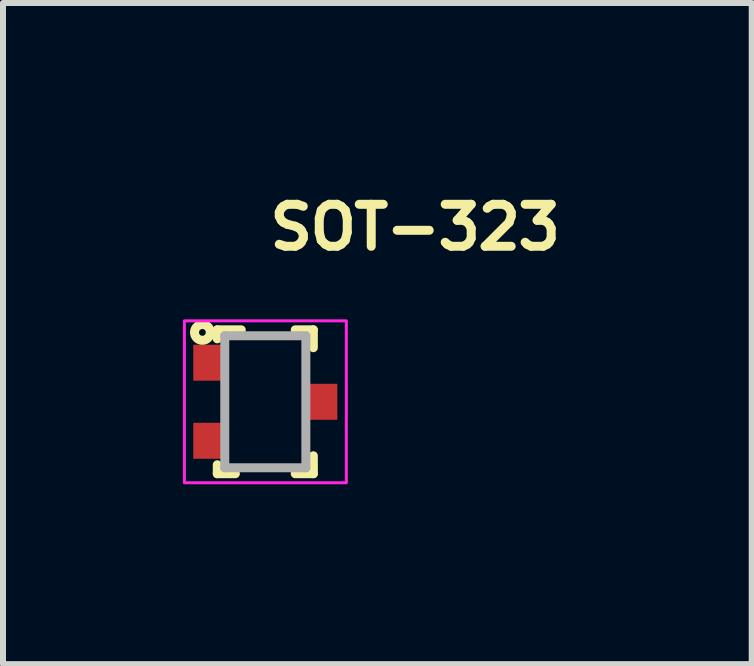
<source format=kicad_pcb>
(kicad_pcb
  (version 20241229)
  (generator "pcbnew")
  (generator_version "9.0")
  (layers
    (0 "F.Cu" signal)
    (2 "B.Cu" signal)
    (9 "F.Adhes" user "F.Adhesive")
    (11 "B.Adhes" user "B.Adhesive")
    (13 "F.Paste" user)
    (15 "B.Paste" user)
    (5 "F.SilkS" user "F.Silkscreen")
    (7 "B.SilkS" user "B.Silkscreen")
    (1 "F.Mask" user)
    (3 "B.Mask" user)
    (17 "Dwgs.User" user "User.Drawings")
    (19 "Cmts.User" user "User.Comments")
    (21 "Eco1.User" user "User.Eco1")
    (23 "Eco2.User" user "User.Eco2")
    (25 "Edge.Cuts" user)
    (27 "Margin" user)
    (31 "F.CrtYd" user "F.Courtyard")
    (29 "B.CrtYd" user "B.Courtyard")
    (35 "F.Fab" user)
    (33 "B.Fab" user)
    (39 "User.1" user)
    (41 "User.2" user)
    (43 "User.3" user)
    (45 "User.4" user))
  (footprint "SOT-323"
    (layer "F.Cu")
    (at 1.375 3.65)
    (property "Reference" "SOT-323" (at 0 -2.5 0) (layer "F.SilkS") (effects (font (size 0.7 0.7) (thickness 0.15)) (justify left bottom)))
    (attr smd)
    (fp_line (start -0.802 -1.2) (end -0.802 -1.05) (stroke (width 0.15) (type solid)) (layer "F.SilkS"))
    (fp_line (start -0.802 1.05) (end -0.802 1.199) (stroke (width 0.15) (type solid)) (layer "F.SilkS"))
    (fp_line (start -0.802 1.199) (end -0.5 1.199) (stroke (width 0.15) (type solid)) (layer "F.SilkS"))
    (fp_line (start -0.402 -1.2) (end -0.802 -1.2) (stroke (width 0.15) (type solid)) (layer "F.SilkS"))
    (fp_line (start 0.498 -1.2) (end 0.8 -1.2) (stroke (width 0.15) (type solid)) (layer "F.SilkS"))
    (fp_line (start 0.498 1.199) (end 0.8 1.199) (stroke (width 0.15) (type solid)) (layer "F.SilkS"))
    (fp_line (start 0.8 -1.2) (end 0.8 -0.902) (stroke (width 0.15) (type solid)) (layer "F.SilkS"))
    (fp_line (start 0.8 1.199) (end 0.8 0.9) (stroke (width 0.15) (type solid)) (layer "F.SilkS"))
    (fp_circle (center -1.05 -1.157) (end -1 -1.13) (stroke (width 0.15) (type solid)) (fill no) (layer "F.SilkS"))
    (fp_rect (start -1.35 -1.35) (end 1.35 1.35) (stroke (width 0.05) (type solid)) (fill no) (layer "F.CrtYd"))
    (fp_line (start -0.677 -1.101) (end -0.677 1.1) (stroke (width 0.15) (type solid)) (layer "F.Fab"))
    (fp_line (start -0.677 -1.101) (end 0.675 -1.101) (stroke (width 0.15) (type solid)) (layer "F.Fab"))
    (fp_line (start -0.677 1.1) (end 0.675 1.1) (stroke (width 0.15) (type solid)) (layer "F.Fab"))
    (fp_line (start 0.675 -1.101) (end 0.675 1.1) (stroke (width 0.15) (type solid)) (layer "F.Fab"))
    (fp_rect (start -1.151 -1.051) (end 1.148 1.05) (stroke (width 0.1) (type solid)) (fill no) (layer "User.5"))
    (fp_rect (start -0.677 -1.101) (end 0.675 1.1) (stroke (width 0.1) (type solid)) (fill no) (layer "User.5"))
    (fp_line (start -1.148 -0.8) (end -1.148 -0.498) (stroke (width 0.02) (type solid)) (layer "User.9"))
    (fp_line (start -1.148 -0.8) (end -0.925 -0.8) (stroke (width 0.02) (type solid)) (layer "User.9"))
    (fp_line (start -1.148 -0.498) (end -0.925 -0.498) (stroke (width 0.02) (type solid)) (layer "User.9"))
    (fp_line (start -1.148 0.5) (end -1.148 0.802) (stroke (width 0.02) (type solid)) (layer "User.9"))
    (fp_line (start -1.148 0.5) (end -0.925 0.5) (stroke (width 0.02) (type solid)) (layer "User.9"))
    (fp_line (start -1.148 0.802) (end -0.925 0.802) (stroke (width 0.02) (type solid)) (layer "User.9"))
    (fp_line (start -0.875 -0.8) (end -0.925 -0.8) (stroke (width 0.02) (type solid)) (layer "User.9"))
    (fp_line (start -0.875 -0.498) (end -0.925 -0.498) (stroke (width 0.02) (type solid)) (layer "User.9"))
    (fp_line (start -0.875 0.5) (end -0.925 0.5) (stroke (width 0.02) (type solid)) (layer "User.9"))
    (fp_line (start -0.875 0.802) (end -0.925 0.802) (stroke (width 0.02) (type solid)) (layer "User.9"))
    (fp_line (start -0.826 -0.8) (end -0.875 -0.8) (stroke (width 0.02) (type solid)) (layer "User.9"))
    (fp_line (start -0.826 -0.8) (end -0.627 -0.8) (stroke (width 0.02) (type solid)) (layer "User.9"))
    (fp_line (start -0.826 -0.498) (end -0.875 -0.498) (stroke (width 0.02) (type solid)) (layer "User.9"))
    (fp_line (start -0.826 -0.498) (end -0.627 -0.498) (stroke (width 0.02) (type solid)) (layer "User.9"))
    (fp_line (start -0.826 0.5) (end -0.875 0.5) (stroke (width 0.02) (type solid)) (layer "User.9"))
    (fp_line (start -0.826 0.5) (end -0.627 0.5) (stroke (width 0.02) (type solid)) (layer "User.9"))
    (fp_line (start -0.826 0.802) (end -0.875 0.802) (stroke (width 0.02) (type solid)) (layer "User.9"))
    (fp_line (start -0.826 0.802) (end -0.627 0.802) (stroke (width 0.02) (type solid)) (layer "User.9"))
    (fp_line (start -0.624 -0.961) (end -0.623 -0.966) (stroke (width 0.02) (type solid)) (layer "User.9"))
    (fp_line (start -0.624 -0.958) (end -0.624 -0.961) (stroke (width 0.02) (type solid)) (layer "User.9"))
    (fp_line (start -0.624 0.96) (end -0.623 0.955) (stroke (width 0.02) (type solid)) (layer "User.9"))
    (fp_line (start -0.624 0.963) (end -0.624 0.96) (stroke (width 0.02) (type solid)) (layer "User.9"))
    (fp_line (start -0.623 -0.97) (end -0.622 -0.975) (stroke (width 0.02) (type solid)) (layer "User.9"))
    (fp_line (start -0.623 -0.966) (end -0.623 -0.97) (stroke (width 0.02) (type solid)) (layer "User.9"))
    (fp_line (start -0.623 -0.953) (end -0.624 -0.958) (stroke (width 0.02) (type solid)) (layer "User.9"))
    (fp_line (start -0.623 -0.953) (end -0.623 -0.8) (stroke (width 0.02) (type solid)) (layer "User.9"))
    (fp_line (start -0.623 -0.498) (end -0.623 0.5) (stroke (width 0.02) (type solid)) (layer "User.9"))
    (fp_line (start -0.623 0.802) (end -0.623 0.955) (stroke (width 0.02) (type solid)) (layer "User.9"))
    (fp_line (start -0.623 0.968) (end -0.624 0.963) (stroke (width 0.02) (type solid)) (layer "User.9"))
    (fp_line (start -0.623 0.972) (end -0.623 0.968) (stroke (width 0.02) (type solid)) (layer "User.9"))
    (fp_line (start -0.622 -0.975) (end -0.62 -0.979) (stroke (width 0.02) (type solid)) (layer "User.9"))
    (fp_line (start -0.622 0.977) (end -0.623 0.972) (stroke (width 0.02) (type solid)) (layer "User.9"))
    (fp_line (start -0.62 -0.979) (end -0.619 -0.984) (stroke (width 0.02) (type solid)) (layer "User.9"))
    (fp_line (start -0.62 0.981) (end -0.622 0.977) (stroke (width 0.02) (type solid)) (layer "User.9"))
    (fp_line (start -0.619 -0.984) (end -0.617 -0.988) (stroke (width 0.02) (type solid)) (layer "User.9"))
    (fp_line (start -0.619 0.986) (end -0.62 0.981) (stroke (width 0.02) (type solid)) (layer "User.9"))
    (fp_line (start -0.617 -0.988) (end -0.615 -0.993) (stroke (width 0.02) (type solid)) (layer "User.9"))
    (fp_line (start -0.617 0.99) (end -0.619 0.986) (stroke (width 0.02) (type solid)) (layer "User.9"))
    (fp_line (start -0.615 -0.993) (end -0.613 -0.997) (stroke (width 0.02) (type solid)) (layer "User.9"))
    (fp_line (start -0.615 0.995) (end -0.617 0.99) (stroke (width 0.02) (type solid)) (layer "User.9"))
    (fp_line (start -0.613 -0.997) (end -0.61 -1.001) (stroke (width 0.02) (type solid)) (layer "User.9"))
    (fp_line (start -0.613 0.999) (end -0.615 0.995) (stroke (width 0.02) (type solid)) (layer "User.9"))
    (fp_line (start -0.61 -1.001) (end -0.608 -1.005) (stroke (width 0.02) (type solid)) (layer "User.9"))
    (fp_line (start -0.61 1.004) (end -0.613 0.999) (stroke (width 0.02) (type solid)) (layer "User.9"))
    (fp_line (start -0.608 -1.005) (end -0.605 -1.009) (stroke (width 0.02) (type solid)) (layer "User.9"))
    (fp_line (start -0.608 1.008) (end -0.61 1.004) (stroke (width 0.02) (type solid)) (layer "User.9"))
    (fp_line (start -0.605 -1.009) (end -0.602 -1.013) (stroke (width 0.02) (type solid)) (layer "User.9"))
    (fp_line (start -0.605 1.012) (end -0.608 1.008) (stroke (width 0.02) (type solid)) (layer "User.9"))
    (fp_line (start -0.602 -1.013) (end -0.599 -1.017) (stroke (width 0.02) (type solid)) (layer "User.9"))
    (fp_line (start -0.602 1.016) (end -0.605 1.012) (stroke (width 0.02) (type solid)) (layer "User.9"))
    (fp_line (start -0.599 -1.017) (end -0.595 -1.021) (stroke (width 0.02) (type solid)) (layer "User.9"))
    (fp_line (start -0.599 1.02) (end -0.602 1.016) (stroke (width 0.02) (type solid)) (layer "User.9"))
    (fp_line (start -0.595 -1.021) (end -0.592 -1.024) (stroke (width 0.02) (type solid)) (layer "User.9"))
    (fp_line (start -0.595 1.022) (end -0.599 1.02) (stroke (width 0.02) (type solid)) (layer "User.9"))
    (fp_line (start -0.592 -1.024) (end -0.588 -1.028) (stroke (width 0.02) (type solid)) (layer "User.9"))
    (fp_line (start -0.592 1.027) (end -0.595 1.022) (stroke (width 0.02) (type solid)) (layer "User.9"))
    (fp_line (start -0.588 -1.028) (end -0.584 -1.03) (stroke (width 0.02) (type solid)) (layer "User.9"))
    (fp_line (start -0.588 1.029) (end -0.592 1.027) (stroke (width 0.02) (type solid)) (layer "User.9"))
    (fp_line (start -0.584 -1.03) (end -0.58 -1.034) (stroke (width 0.02) (type solid)) (layer "User.9"))
    (fp_line (start -0.584 1.033) (end -0.588 1.029) (stroke (width 0.02) (type solid)) (layer "User.9"))
    (fp_line (start -0.583 -0.8) (end -0.627 -0.8) (stroke (width 0.02) (type solid)) (layer "User.9"))
    (fp_line (start -0.583 -0.8) (end -0.583 -0.498) (stroke (width 0.02) (type solid)) (layer "User.9"))
    (fp_line (start -0.583 -0.498) (end -0.627 -0.498) (stroke (width 0.02) (type solid)) (layer "User.9"))
    (fp_line (start -0.583 0.5) (end -0.627 0.5) (stroke (width 0.02) (type solid)) (layer "User.9"))
    (fp_line (start -0.583 0.5) (end -0.583 0.802) (stroke (width 0.02) (type solid)) (layer "User.9"))
    (fp_line (start -0.583 0.802) (end -0.627 0.802) (stroke (width 0.02) (type solid)) (layer "User.9"))
    (fp_line (start -0.58 -1.034) (end -0.576 -1.036) (stroke (width 0.02) (type solid)) (layer "User.9"))
    (fp_line (start -0.58 1.035) (end -0.584 1.033) (stroke (width 0.02) (type solid)) (layer "User.9"))
    (fp_line (start -0.576 -1.036) (end -0.573 -1.038) (stroke (width 0.02) (type solid)) (layer "User.9"))
    (fp_line (start -0.576 1.037) (end -0.58 1.035) (stroke (width 0.02) (type solid)) (layer "User.9"))
    (fp_line (start -0.573 -1.038) (end -0.569 -1.04) (stroke (width 0.02) (type solid)) (layer "User.9"))
    (fp_line (start -0.573 1.041) (end -0.576 1.037) (stroke (width 0.02) (type solid)) (layer "User.9"))
    (fp_line (start -0.569 -1.04) (end -0.564 -1.042) (stroke (width 0.02) (type solid)) (layer "User.9"))
    (fp_line (start -0.569 1.043) (end -0.573 1.041) (stroke (width 0.02) (type solid)) (layer "User.9"))
    (fp_line (start -0.564 -1.042) (end -0.56 -1.044) (stroke (width 0.02) (type solid)) (layer "User.9"))
    (fp_line (start -0.564 1.045) (end -0.569 1.043) (stroke (width 0.02) (type solid)) (layer "User.9"))
    (fp_line (start -0.56 -1.044) (end -0.555 -1.046) (stroke (width 0.02) (type solid)) (layer "User.9"))
    (fp_line (start -0.56 1.047) (end -0.564 1.045) (stroke (width 0.02) (type solid)) (layer "User.9"))
    (fp_line (start -0.555 -1.046) (end -0.551 -1.048) (stroke (width 0.02) (type solid)) (layer "User.9"))
    (fp_line (start -0.555 1.047) (end -0.56 1.047) (stroke (width 0.02) (type solid)) (layer "User.9"))
    (fp_line (start -0.551 -1.048) (end -0.546 -1.048) (stroke (width 0.02) (type solid)) (layer "User.9"))
    (fp_line (start -0.551 1.049) (end -0.555 1.047) (stroke (width 0.02) (type solid)) (layer "User.9"))
    (fp_line (start -0.546 -1.048) (end -0.542 -1.048) (stroke (width 0.02) (type solid)) (layer "User.9"))
    (fp_line (start -0.546 1.051) (end -0.551 1.049) (stroke (width 0.02) (type solid)) (layer "User.9"))
    (fp_line (start -0.542 -1.048) (end -0.537 -1.05) (stroke (width 0.02) (type solid)) (layer "User.9"))
    (fp_line (start -0.542 1.051) (end -0.546 1.051) (stroke (width 0.02) (type solid)) (layer "User.9"))
    (fp_line (start -0.537 -1.05) (end -0.533 -1.05) (stroke (width 0.02) (type solid)) (layer "User.9"))
    (fp_line (start -0.537 1.051) (end -0.542 1.051) (stroke (width 0.02) (type solid)) (layer "User.9"))
    (fp_line (start -0.533 -1.05) (end -0.528 -1.05) (stroke (width 0.02) (type solid)) (layer "User.9"))
    (fp_line (start -0.533 1.051) (end -0.537 1.051) (stroke (width 0.02) (type solid)) (layer "User.9"))
    (fp_line (start -0.528 1.051) (end -0.533 1.051) (stroke (width 0.02) (type solid)) (layer "User.9"))
    (fp_line (start -0.528 1.051) (end 0.53 1.051) (stroke (width 0.02) (type solid)) (layer "User.9"))
    (fp_line (start -0.518 -0.849) (end -0.517 -0.845) (stroke (width 0.02) (type solid)) (layer "User.9"))
    (fp_line (start -0.518 0.851) (end -0.517 0.856) (stroke (width 0.02) (type solid)) (layer "User.9"))
    (fp_line (start -0.517 -0.859) (end -0.517 -0.854) (stroke (width 0.02) (type solid)) (layer "User.9"))
    (fp_line (start -0.517 -0.854) (end -0.518 -0.849) (stroke (width 0.02) (type solid)) (layer "User.9"))
    (fp_line (start -0.517 -0.845) (end -0.517 0.847) (stroke (width 0.02) (type solid)) (layer "User.9"))
    (fp_line (start -0.517 0.847) (end -0.518 0.851) (stroke (width 0.02) (type solid)) (layer "User.9"))
    (fp_line (start -0.517 0.856) (end -0.517 0.861) (stroke (width 0.02) (type solid)) (layer "User.9"))
    (fp_line (start -0.517 0.861) (end -0.516 0.865) (stroke (width 0.02) (type solid)) (layer "User.9"))
    (fp_line (start -0.516 -0.863) (end -0.517 -0.859) (stroke (width 0.02) (type solid)) (layer "User.9"))
    (fp_line (start -0.516 0.865) (end -0.515 0.87) (stroke (width 0.02) (type solid)) (layer "User.9"))
    (fp_line (start -0.515 -0.868) (end -0.516 -0.863) (stroke (width 0.02) (type solid)) (layer "User.9"))
    (fp_line (start -0.515 0.87) (end -0.514 0.874) (stroke (width 0.02) (type solid)) (layer "User.9"))
    (fp_line (start -0.514 -0.872) (end -0.515 -0.868) (stroke (width 0.02) (type solid)) (layer "User.9"))
    (fp_line (start -0.514 0.874) (end -0.513 0.879) (stroke (width 0.02) (type solid)) (layer "User.9"))
    (fp_line (start -0.513 -0.877) (end -0.514 -0.872) (stroke (width 0.02) (type solid)) (layer "User.9"))
    (fp_line (start -0.513 0.879) (end -0.51 0.883) (stroke (width 0.02) (type solid)) (layer "User.9"))
    (fp_line (start -0.51 -0.881) (end -0.513 -0.877) (stroke (width 0.02) (type solid)) (layer "User.9"))
    (fp_line (start -0.51 0.883) (end -0.508 0.887) (stroke (width 0.02) (type solid)) (layer "User.9"))
    (fp_line (start -0.508 -0.885) (end -0.51 -0.881) (stroke (width 0.02) (type solid)) (layer "User.9"))
    (fp_line (start -0.508 0.887) (end -0.506 0.892) (stroke (width 0.02) (type solid)) (layer "User.9"))
    (fp_line (start -0.506 -0.89) (end -0.508 -0.885) (stroke (width 0.02) (type solid)) (layer "User.9"))
    (fp_line (start -0.506 0.892) (end -0.503 0.896) (stroke (width 0.02) (type solid)) (layer "User.9"))
    (fp_line (start -0.503 -0.894) (end -0.506 -0.89) (stroke (width 0.02) (type solid)) (layer "User.9"))
    (fp_line (start -0.503 0.896) (end -0.5 0.901) (stroke (width 0.02) (type solid)) (layer "User.9"))
    (fp_line (start -0.5 -0.899) (end -0.503 -0.894) (stroke (width 0.02) (type solid)) (layer "User.9"))
    (fp_line (start -0.5 0.901) (end -0.498 0.905) (stroke (width 0.02) (type solid)) (layer "User.9"))
    (fp_line (start -0.498 -0.903) (end -0.5 -0.899) (stroke (width 0.02) (type solid)) (layer "User.9"))
    (fp_line (start -0.498 0.905) (end -0.495 0.909) (stroke (width 0.02) (type solid)) (layer "User.9"))
    (fp_line (start -0.495 -0.907) (end -0.498 -0.903) (stroke (width 0.02) (type solid)) (layer "User.9"))
    (fp_line (start -0.495 0.909) (end -0.491 0.912) (stroke (width 0.02) (type solid)) (layer "User.9"))
    (fp_line (start -0.491 -0.91) (end -0.495 -0.907) (stroke (width 0.02) (type solid)) (layer "User.9"))
    (fp_line (start -0.491 0.912) (end -0.488 0.916) (stroke (width 0.02) (type solid)) (layer "User.9"))
    (fp_line (start -0.488 -0.914) (end -0.491 -0.91) (stroke (width 0.02) (type solid)) (layer "User.9"))
    (fp_line (start -0.488 0.916) (end -0.484 0.919) (stroke (width 0.02) (type solid)) (layer "User.9"))
    (fp_line (start -0.484 -0.917) (end -0.488 -0.914) (stroke (width 0.02) (type solid)) (layer "User.9"))
    (fp_line (start -0.484 0.919) (end -0.481 0.923) (stroke (width 0.02) (type solid)) (layer "User.9"))
    (fp_line (start -0.481 -0.921) (end -0.484 -0.917) (stroke (width 0.02) (type solid)) (layer "User.9"))
    (fp_line (start -0.481 0.923) (end -0.478 0.926) (stroke (width 0.02) (type solid)) (layer "User.9"))
    (fp_line (start -0.478 -0.924) (end -0.481 -0.921) (stroke (width 0.02) (type solid)) (layer "User.9"))
    (fp_line (start -0.478 0.926) (end -0.474 0.928) (stroke (width 0.02) (type solid)) (layer "User.9"))
    (fp_line (start -0.474 -0.926) (end -0.478 -0.924) (stroke (width 0.02) (type solid)) (layer "User.9"))
    (fp_line (start -0.474 0.928) (end -0.47 0.931) (stroke (width 0.02) (type solid)) (layer "User.9"))
    (fp_line (start -0.47 -0.929) (end -0.474 -0.926) (stroke (width 0.02) (type solid)) (layer "User.9"))
    (fp_line (start -0.47 0.931) (end -0.466 0.934) (stroke (width 0.02) (type solid)) (layer "User.9"))
    (fp_line (start -0.466 -0.932) (end -0.47 -0.929) (stroke (width 0.02) (type solid)) (layer "User.9"))
    (fp_line (start -0.466 0.934) (end -0.461 0.936) (stroke (width 0.02) (type solid)) (layer "User.9"))
    (fp_line (start -0.461 -0.934) (end -0.466 -0.932) (stroke (width 0.02) (type solid)) (layer "User.9"))
    (fp_line (start -0.461 0.936) (end -0.457 0.938) (stroke (width 0.02) (type solid)) (layer "User.9"))
    (fp_line (start -0.457 -0.936) (end -0.461 -0.934) (stroke (width 0.02) (type solid)) (layer "User.9"))
    (fp_line (start -0.457 0.938) (end -0.453 0.94) (stroke (width 0.02) (type solid)) (layer "User.9"))
    (fp_line (start -0.453 -0.938) (end -0.457 -0.936) (stroke (width 0.02) (type solid)) (layer "User.9"))
    (fp_line (start -0.453 0.94) (end -0.448 0.941) (stroke (width 0.02) (type solid)) (layer "User.9"))
    (fp_line (start -0.448 -0.939) (end -0.453 -0.938) (stroke (width 0.02) (type solid)) (layer "User.9"))
    (fp_line (start -0.448 0.941) (end -0.443 0.942) (stroke (width 0.02) (type solid)) (layer "User.9"))
    (fp_line (start -0.443 -0.94) (end -0.448 -0.939) (stroke (width 0.02) (type solid)) (layer "User.9"))
    (fp_line (start -0.443 0.942) (end -0.438 0.943) (stroke (width 0.02) (type solid)) (layer "User.9"))
    (fp_line (start -0.438 -0.941) (end -0.443 -0.94) (stroke (width 0.02) (type solid)) (layer "User.9"))
    (fp_line (start -0.438 0.943) (end -0.434 0.944) (stroke (width 0.02) (type solid)) (layer "User.9"))
    (fp_line (start -0.434 -0.942) (end -0.438 -0.941) (stroke (width 0.02) (type solid)) (layer "User.9"))
    (fp_line (start -0.434 0.944) (end -0.429 0.944) (stroke (width 0.02) (type solid)) (layer "User.9"))
    (fp_line (start -0.429 -0.942) (end -0.434 -0.942) (stroke (width 0.02) (type solid)) (layer "User.9"))
    (fp_line (start -0.429 0.944) (end -0.424 0.945) (stroke (width 0.02) (type solid)) (layer "User.9"))
    (fp_line (start -0.424 -0.943) (end -0.429 -0.942) (stroke (width 0.02) (type solid)) (layer "User.9"))
    (fp_line (start -0.424 0.945) (end -0.42 0.944) (stroke (width 0.02) (type solid)) (layer "User.9"))
    (fp_line (start -0.42 -0.942) (end -0.424 -0.943) (stroke (width 0.02) (type solid)) (layer "User.9"))
    (fp_line (start -0.42 0.944) (end 0.422 0.944) (stroke (width 0.02) (type solid)) (layer "User.9"))
    (fp_line (start 0.422 -0.942) (end -0.42 -0.942) (stroke (width 0.02) (type solid)) (layer "User.9"))
    (fp_line (start 0.422 0.944) (end 0.426 0.945) (stroke (width 0.02) (type solid)) (layer "User.9"))
    (fp_line (start 0.426 -0.943) (end 0.422 -0.942) (stroke (width 0.02) (type solid)) (layer "User.9"))
    (fp_line (start 0.426 0.945) (end 0.431 0.944) (stroke (width 0.02) (type solid)) (layer "User.9"))
    (fp_line (start 0.431 -0.942) (end 0.426 -0.943) (stroke (width 0.02) (type solid)) (layer "User.9"))
    (fp_line (start 0.431 0.944) (end 0.436 0.944) (stroke (width 0.02) (type solid)) (layer "User.9"))
    (fp_line (start 0.436 -0.942) (end 0.431 -0.942) (stroke (width 0.02) (type solid)) (layer "User.9"))
    (fp_line (start 0.436 0.944) (end 0.44 0.943) (stroke (width 0.02) (type solid)) (layer "User.9"))
    (fp_line (start 0.44 -0.941) (end 0.436 -0.942) (stroke (width 0.02) (type solid)) (layer "User.9"))
    (fp_line (start 0.44 0.943) (end 0.445 0.942) (stroke (width 0.02) (type solid)) (layer "User.9"))
    (fp_line (start 0.445 -0.94) (end 0.44 -0.941) (stroke (width 0.02) (type solid)) (layer "User.9"))
    (fp_line (start 0.445 0.942) (end 0.45 0.941) (stroke (width 0.02) (type solid)) (layer "User.9"))
    (fp_line (start 0.45 -0.939) (end 0.445 -0.94) (stroke (width 0.02) (type solid)) (layer "User.9"))
    (fp_line (start 0.45 0.941) (end 0.455 0.94) (stroke (width 0.02) (type solid)) (layer "User.9"))
    (fp_line (start 0.455 -0.938) (end 0.45 -0.939) (stroke (width 0.02) (type solid)) (layer "User.9"))
    (fp_line (start 0.455 0.94) (end 0.459 0.938) (stroke (width 0.02) (type solid)) (layer "User.9"))
    (fp_line (start 0.459 -0.936) (end 0.455 -0.938) (stroke (width 0.02) (type solid)) (layer "User.9"))
    (fp_line (start 0.459 0.938) (end 0.463 0.936) (stroke (width 0.02) (type solid)) (layer "User.9"))
    (fp_line (start 0.463 -0.934) (end 0.459 -0.936) (stroke (width 0.02) (type solid)) (layer "User.9"))
    (fp_line (start 0.463 0.936) (end 0.468 0.934) (stroke (width 0.02) (type solid)) (layer "User.9"))
    (fp_line (start 0.468 -0.932) (end 0.463 -0.934) (stroke (width 0.02) (type solid)) (layer "User.9"))
    (fp_line (start 0.468 0.934) (end 0.472 0.931) (stroke (width 0.02) (type solid)) (layer "User.9"))
    (fp_line (start 0.472 -0.929) (end 0.468 -0.932) (stroke (width 0.02) (type solid)) (layer "User.9"))
    (fp_line (start 0.472 0.931) (end 0.476 0.928) (stroke (width 0.02) (type solid)) (layer "User.9"))
    (fp_line (start 0.476 -0.926) (end 0.472 -0.929) (stroke (width 0.02) (type solid)) (layer "User.9"))
    (fp_line (start 0.476 0.928) (end 0.48 0.926) (stroke (width 0.02) (type solid)) (layer "User.9"))
    (fp_line (start 0.48 -0.924) (end 0.476 -0.926) (stroke (width 0.02) (type solid)) (layer "User.9"))
    (fp_line (start 0.48 0.926) (end 0.483 0.923) (stroke (width 0.02) (type solid)) (layer "User.9"))
    (fp_line (start 0.483 -0.921) (end 0.48 -0.924) (stroke (width 0.02) (type solid)) (layer "User.9"))
    (fp_line (start 0.483 0.923) (end 0.486 0.919) (stroke (width 0.02) (type solid)) (layer "User.9"))
    (fp_line (start 0.486 -0.917) (end 0.483 -0.921) (stroke (width 0.02) (type solid)) (layer "User.9"))
    (fp_line (start 0.486 0.919) (end 0.49 0.916) (stroke (width 0.02) (type solid)) (layer "User.9"))
    (fp_line (start 0.49 -0.914) (end 0.486 -0.917) (stroke (width 0.02) (type solid)) (layer "User.9"))
    (fp_line (start 0.49 0.916) (end 0.493 0.912) (stroke (width 0.02) (type solid)) (layer "User.9"))
    (fp_line (start 0.493 -0.91) (end 0.49 -0.914) (stroke (width 0.02) (type solid)) (layer "User.9"))
    (fp_line (start 0.493 0.912) (end 0.497 0.909) (stroke (width 0.02) (type solid)) (layer "User.9"))
    (fp_line (start 0.497 -0.907) (end 0.493 -0.91) (stroke (width 0.02) (type solid)) (layer "User.9"))
    (fp_line (start 0.497 0.909) (end 0.5 0.905) (stroke (width 0.02) (type solid)) (layer "User.9"))
    (fp_line (start 0.5 -0.903) (end 0.497 -0.907) (stroke (width 0.02) (type solid)) (layer "User.9"))
    (fp_line (start 0.5 0.905) (end 0.502 0.901) (stroke (width 0.02) (type solid)) (layer "User.9"))
    (fp_line (start 0.502 -0.899) (end 0.5 -0.903) (stroke (width 0.02) (type solid)) (layer "User.9"))
    (fp_line (start 0.502 0.901) (end 0.505 0.896) (stroke (width 0.02) (type solid)) (layer "User.9"))
    (fp_line (start 0.505 -0.894) (end 0.502 -0.899) (stroke (width 0.02) (type solid)) (layer "User.9"))
    (fp_line (start 0.505 0.896) (end 0.508 0.892) (stroke (width 0.02) (type solid)) (layer "User.9"))
    (fp_line (start 0.508 -0.89) (end 0.505 -0.894) (stroke (width 0.02) (type solid)) (layer "User.9"))
    (fp_line (start 0.508 0.892) (end 0.51 0.887) (stroke (width 0.02) (type solid)) (layer "User.9"))
    (fp_line (start 0.51 -0.885) (end 0.508 -0.89) (stroke (width 0.02) (type solid)) (layer "User.9"))
    (fp_line (start 0.51 0.887) (end 0.512 0.883) (stroke (width 0.02) (type solid)) (layer "User.9"))
    (fp_line (start 0.512 -0.881) (end 0.51 -0.885) (stroke (width 0.02) (type solid)) (layer "User.9"))
    (fp_line (start 0.512 0.883) (end 0.515 0.879) (stroke (width 0.02) (type solid)) (layer "User.9"))
    (fp_line (start 0.515 -0.877) (end 0.512 -0.881) (stroke (width 0.02) (type solid)) (layer "User.9"))
    (fp_line (start 0.515 0.879) (end 0.516 0.874) (stroke (width 0.02) (type solid)) (layer "User.9"))
    (fp_line (start 0.516 -0.872) (end 0.515 -0.877) (stroke (width 0.02) (type solid)) (layer "User.9"))
    (fp_line (start 0.516 0.874) (end 0.517 0.87) (stroke (width 0.02) (type solid)) (layer "User.9"))
    (fp_line (start 0.517 -0.868) (end 0.516 -0.872) (stroke (width 0.02) (type solid)) (layer "User.9"))
    (fp_line (start 0.517 0.87) (end 0.518 0.865) (stroke (width 0.02) (type solid)) (layer "User.9"))
    (fp_line (start 0.518 -0.863) (end 0.517 -0.868) (stroke (width 0.02) (type solid)) (layer "User.9"))
    (fp_line (start 0.518 0.865) (end 0.519 0.861) (stroke (width 0.02) (type solid)) (layer "User.9"))
    (fp_line (start 0.519 -0.859) (end 0.518 -0.863) (stroke (width 0.02) (type solid)) (layer "User.9"))
    (fp_line (start 0.519 -0.854) (end 0.519 -0.859) (stroke (width 0.02) (type solid)) (layer "User.9"))
    (fp_line (start 0.519 -0.845) (end 0.52 -0.849) (stroke (width 0.02) (type solid)) (layer "User.9"))
    (fp_line (start 0.519 0.847) (end 0.519 -0.845) (stroke (width 0.02) (type solid)) (layer "User.9"))
    (fp_line (start 0.519 0.856) (end 0.52 0.851) (stroke (width 0.02) (type solid)) (layer "User.9"))
    (fp_line (start 0.519 0.861) (end 0.519 0.856) (stroke (width 0.02) (type solid)) (layer "User.9"))
    (fp_line (start 0.52 -0.849) (end 0.519 -0.854) (stroke (width 0.02) (type solid)) (layer "User.9"))
    (fp_line (start 0.52 0.851) (end 0.519 0.847) (stroke (width 0.02) (type solid)) (layer "User.9"))
    (fp_line (start 0.53 -1.05) (end -0.528 -1.05) (stroke (width 0.02) (type solid)) (layer "User.9"))
    (fp_line (start 0.53 -1.05) (end 0.535 -1.05) (stroke (width 0.02) (type solid)) (layer "User.9"))
    (fp_line (start 0.535 -1.05) (end 0.539 -1.05) (stroke (width 0.02) (type solid)) (layer "User.9"))
    (fp_line (start 0.535 1.051) (end 0.53 1.051) (stroke (width 0.02) (type solid)) (layer "User.9"))
    (fp_line (start 0.539 -1.05) (end 0.544 -1.048) (stroke (width 0.02) (type solid)) (layer "User.9"))
    (fp_line (start 0.539 1.051) (end 0.535 1.051) (stroke (width 0.02) (type solid)) (layer "User.9"))
    (fp_line (start 0.544 -1.048) (end 0.548 -1.048) (stroke (width 0.02) (type solid)) (layer "User.9"))
    (fp_line (start 0.544 1.051) (end 0.539 1.051) (stroke (width 0.02) (type solid)) (layer "User.9"))
    (fp_line (start 0.548 -1.048) (end 0.553 -1.048) (stroke (width 0.02) (type solid)) (layer "User.9"))
    (fp_line (start 0.548 1.051) (end 0.544 1.051) (stroke (width 0.02) (type solid)) (layer "User.9"))
    (fp_line (start 0.553 -1.048) (end 0.557 -1.046) (stroke (width 0.02) (type solid)) (layer "User.9"))
    (fp_line (start 0.553 1.049) (end 0.548 1.051) (stroke (width 0.02) (type solid)) (layer "User.9"))
    (fp_line (start 0.557 -1.046) (end 0.562 -1.044) (stroke (width 0.02) (type solid)) (layer "User.9"))
    (fp_line (start 0.557 1.047) (end 0.553 1.049) (stroke (width 0.02) (type solid)) (layer "User.9"))
    (fp_line (start 0.562 -1.044) (end 0.566 -1.042) (stroke (width 0.02) (type solid)) (layer "User.9"))
    (fp_line (start 0.562 1.047) (end 0.557 1.047) (stroke (width 0.02) (type solid)) (layer "User.9"))
    (fp_line (start 0.566 -1.042) (end 0.571 -1.04) (stroke (width 0.02) (type solid)) (layer "User.9"))
    (fp_line (start 0.566 1.045) (end 0.562 1.047) (stroke (width 0.02) (type solid)) (layer "User.9"))
    (fp_line (start 0.571 -1.04) (end 0.575 -1.038) (stroke (width 0.02) (type solid)) (layer "User.9"))
    (fp_line (start 0.571 1.043) (end 0.566 1.045) (stroke (width 0.02) (type solid)) (layer "User.9"))
    (fp_line (start 0.575 -1.038) (end 0.578 -1.036) (stroke (width 0.02) (type solid)) (layer "User.9"))
    (fp_line (start 0.575 1.041) (end 0.571 1.043) (stroke (width 0.02) (type solid)) (layer "User.9"))
    (fp_line (start 0.578 -1.036) (end 0.582 -1.034) (stroke (width 0.02) (type solid)) (layer "User.9"))
    (fp_line (start 0.578 1.037) (end 0.575 1.041) (stroke (width 0.02) (type solid)) (layer "User.9"))
    (fp_line (start 0.582 -1.034) (end 0.586 -1.03) (stroke (width 0.02) (type solid)) (layer "User.9"))
    (fp_line (start 0.582 1.035) (end 0.578 1.037) (stroke (width 0.02) (type solid)) (layer "User.9"))
    (fp_line (start 0.585 -0.148) (end 0.629 -0.148) (stroke (width 0.02) (type solid)) (layer "User.9"))
    (fp_line (start 0.585 0.15) (end 0.585 -0.148) (stroke (width 0.02) (type solid)) (layer "User.9"))
    (fp_line (start 0.585 0.15) (end 0.629 0.15) (stroke (width 0.02) (type solid)) (layer "User.9"))
    (fp_line (start 0.586 -1.03) (end 0.59 -1.028) (stroke (width 0.02) (type solid)) (layer "User.9"))
    (fp_line (start 0.586 1.033) (end 0.582 1.035) (stroke (width 0.02) (type solid)) (layer "User.9"))
    (fp_line (start 0.59 -1.028) (end 0.594 -1.024) (stroke (width 0.02) (type solid)) (layer "User.9"))
    (fp_line (start 0.59 1.029) (end 0.586 1.033) (stroke (width 0.02) (type solid)) (layer "User.9"))
    (fp_line (start 0.594 -1.024) (end 0.597 -1.021) (stroke (width 0.02) (type solid)) (layer "User.9"))
    (fp_line (start 0.594 1.027) (end 0.59 1.029) (stroke (width 0.02) (type solid)) (layer "User.9"))
    (fp_line (start 0.597 -1.021) (end 0.601 -1.017) (stroke (width 0.02) (type solid)) (layer "User.9"))
    (fp_line (start 0.597 1.022) (end 0.594 1.027) (stroke (width 0.02) (type solid)) (layer "User.9"))
    (fp_line (start 0.601 -1.017) (end 0.604 -1.013) (stroke (width 0.02) (type solid)) (layer "User.9"))
    (fp_line (start 0.601 1.02) (end 0.597 1.022) (stroke (width 0.02) (type solid)) (layer "User.9"))
    (fp_line (start 0.604 -1.013) (end 0.607 -1.009) (stroke (width 0.02) (type solid)) (layer "User.9"))
    (fp_line (start 0.604 1.016) (end 0.601 1.02) (stroke (width 0.02) (type solid)) (layer "User.9"))
    (fp_line (start 0.607 -1.009) (end 0.61 -1.005) (stroke (width 0.02) (type solid)) (layer "User.9"))
    (fp_line (start 0.607 1.012) (end 0.604 1.016) (stroke (width 0.02) (type solid)) (layer "User.9"))
    (fp_line (start 0.61 -1.005) (end 0.612 -1.001) (stroke (width 0.02) (type solid)) (layer "User.9"))
    (fp_line (start 0.61 1.008) (end 0.607 1.012) (stroke (width 0.02) (type solid)) (layer "User.9"))
    (fp_line (start 0.612 -1.001) (end 0.615 -0.997) (stroke (width 0.02) (type solid)) (layer "User.9"))
    (fp_line (start 0.612 1.004) (end 0.61 1.008) (stroke (width 0.02) (type solid)) (layer "User.9"))
    (fp_line (start 0.615 -0.997) (end 0.617 -0.993) (stroke (width 0.02) (type solid)) (layer "User.9"))
    (fp_line (start 0.615 0.999) (end 0.612 1.004) (stroke (width 0.02) (type solid)) (layer "User.9"))
    (fp_line (start 0.617 -0.993) (end 0.619 -0.988) (stroke (width 0.02) (type solid)) (layer "User.9"))
    (fp_line (start 0.617 0.995) (end 0.615 0.999) (stroke (width 0.02) (type solid)) (layer "User.9"))
    (fp_line (start 0.619 -0.988) (end 0.621 -0.984) (stroke (width 0.02) (type solid)) (layer "User.9"))
    (fp_line (start 0.619 0.99) (end 0.617 0.995) (stroke (width 0.02) (type solid)) (layer "User.9"))
    (fp_line (start 0.621 -0.984) (end 0.622 -0.979) (stroke (width 0.02) (type solid)) (layer "User.9"))
    (fp_line (start 0.621 0.986) (end 0.619 0.99) (stroke (width 0.02) (type solid)) (layer "User.9"))
    (fp_line (start 0.622 -0.979) (end 0.624 -0.975) (stroke (width 0.02) (type solid)) (layer "User.9"))
    (fp_line (start 0.622 0.981) (end 0.621 0.986) (stroke (width 0.02) (type solid)) (layer "User.9"))
    (fp_line (start 0.624 -0.975) (end 0.625 -0.97) (stroke (width 0.02) (type solid)) (layer "User.9"))
    (fp_line (start 0.624 0.977) (end 0.622 0.981) (stroke (width 0.02) (type solid)) (layer "User.9"))
    (fp_line (start 0.625 -0.97) (end 0.625 -0.966) (stroke (width 0.02) (type solid)) (layer "User.9"))
    (fp_line (start 0.625 -0.966) (end 0.626 -0.961) (stroke (width 0.02) (type solid)) (layer "User.9"))
    (fp_line (start 0.625 -0.148) (end 0.625 -0.953) (stroke (width 0.02) (type solid)) (layer "User.9"))
    (fp_line (start 0.625 0.955) (end 0.625 0.15) (stroke (width 0.02) (type solid)) (layer "User.9"))
    (fp_line (start 0.625 0.955) (end 0.626 0.96) (stroke (width 0.02) (type solid)) (layer "User.9"))
    (fp_line (start 0.625 0.968) (end 0.625 0.972) (stroke (width 0.02) (type solid)) (layer "User.9"))
    (fp_line (start 0.625 0.972) (end 0.624 0.977) (stroke (width 0.02) (type solid)) (layer "User.9"))
    (fp_line (start 0.626 -0.961) (end 0.626 -0.958) (stroke (width 0.02) (type solid)) (layer "User.9"))
    (fp_line (start 0.626 -0.958) (end 0.625 -0.953) (stroke (width 0.02) (type solid)) (layer "User.9"))
    (fp_line (start 0.626 0.96) (end 0.626 0.963) (stroke (width 0.02) (type solid)) (layer "User.9"))
    (fp_line (start 0.626 0.963) (end 0.625 0.968) (stroke (width 0.02) (type solid)) (layer "User.9"))
    (fp_line (start 0.828 -0.148) (end 0.629 -0.148) (stroke (width 0.02) (type solid)) (layer "User.9"))
    (fp_line (start 0.828 -0.148) (end 0.877 -0.148) (stroke (width 0.02) (type solid)) (layer "User.9"))
    (fp_line (start 0.828 0.15) (end 0.629 0.15) (stroke (width 0.02) (type solid)) (layer "User.9"))
    (fp_line (start 0.828 0.15) (end 0.877 0.15) (stroke (width 0.02) (type solid)) (layer "User.9"))
    (fp_line (start 0.877 -0.148) (end 0.927 -0.148) (stroke (width 0.02) (type solid)) (layer "User.9"))
    (fp_line (start 0.877 0.15) (end 0.927 0.15) (stroke (width 0.02) (type solid)) (layer "User.9"))
    (fp_line (start 1.151 -0.148) (end 0.927 -0.148) (stroke (width 0.02) (type solid)) (layer "User.9"))
    (fp_line (start 1.151 0.15) (end 0.927 0.15) (stroke (width 0.02) (type solid)) (layer "User.9"))
    (fp_line (start 1.151 0.15) (end 1.151 -0.148) (stroke (width 0.02) (type solid)) (layer "User.9"))
    (pad "1" smd rect (at -0.927 -0.652) (size 0.55 0.6) (layers "F.Cu" "F.Mask" "F.Paste"))
    (pad "2" smd rect (at -0.927 0.65) (size 0.55 0.6) (layers "F.Cu" "F.Mask" "F.Paste"))
    (pad "3" smd rect (at 0.925 0) (size 0.55 0.6) (layers "F.Cu" "F.Mask" "F.Paste")))
  (gr_rect
    (start -3 -3)
    (end 9.485 8.025)
    (stroke (width 0.1) (type default))
    (fill no)
    (layer "Edge.Cuts")))
</source>
